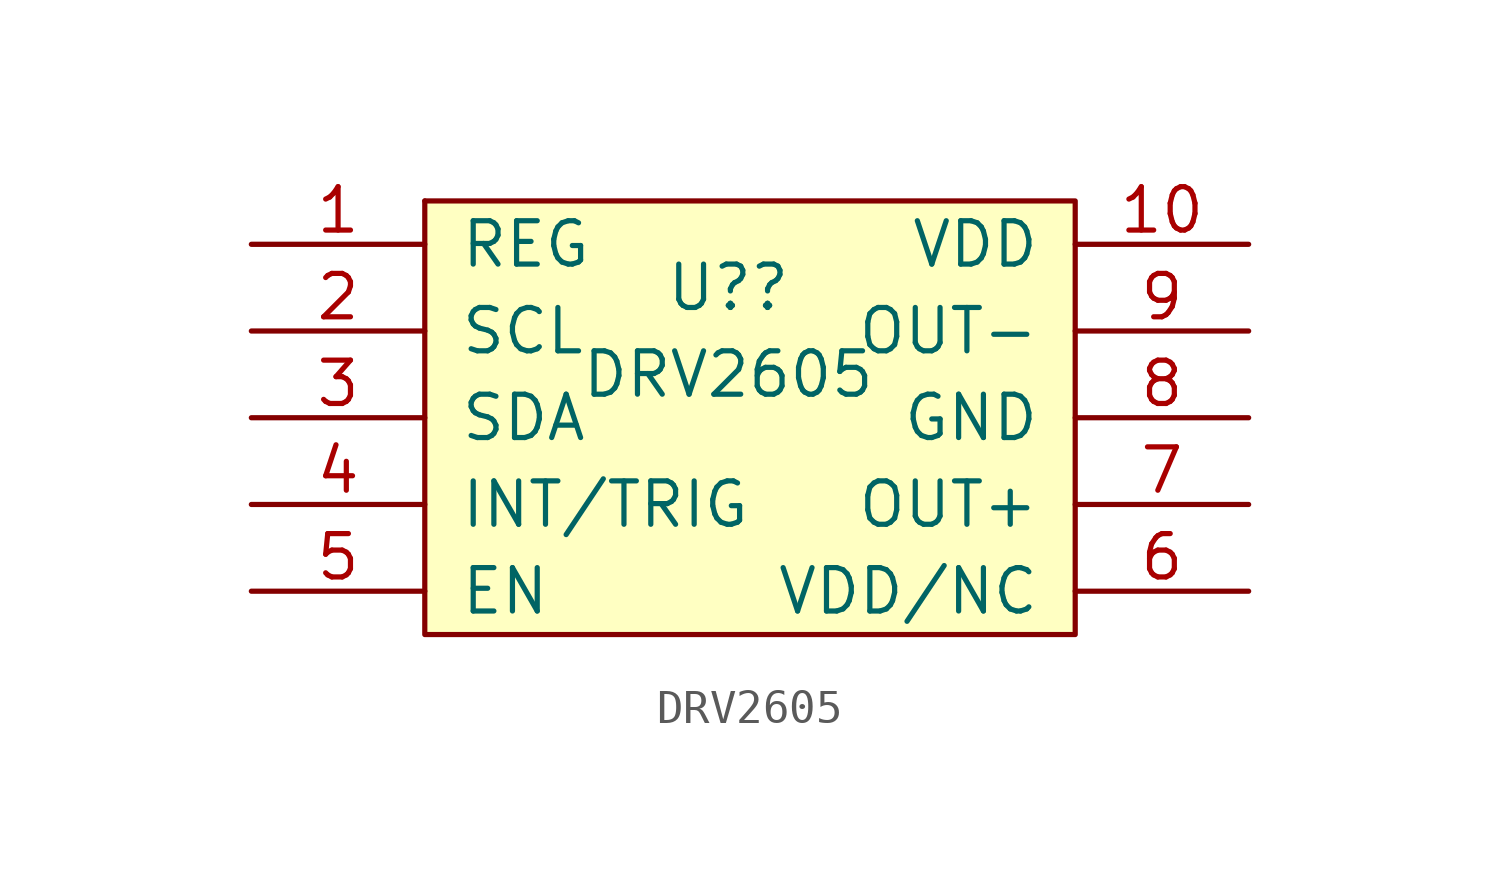
<source format=kicad_sym>
(kicad_symbol_lib
  (version 20231120)
  (generator "kicad_symbol_editor")
  (generator_version "8.0")
  (symbol "DRV2605"
    (pin_names
      (offset 1.016))
    (property "Reference" "U?"
      (at 8.89 -3.81 0)
      (effects (font (size 1.27 1.27))))
    (property "Value" "DRV2605"
      (at 8.89 -6.35 0)
      (effects (font (size 1.27 1.27))))
    (symbol "DRV2605_0_1"
      (rectangle (start 0 -1.27) (end 0 -1.27) (stroke (width 0) (type solid)) (fill (type none)))
      (rectangle (start 0 -1.27) (end 19.05 -13.97) (stroke (width 0) (type solid)) (fill (type background))))
    (symbol "DRV2605_1_1"
      (pin output line (at -5.08 -2.54 0) (length 5.08) (name "REG" (effects (font (size 1.27 1.27)))) (number "1" (effects (font (size 1.27 1.27)))))
      (pin power_in line (at 24.13 -2.54 180) (length 5.08) (name "VDD" (effects (font (size 1.27 1.27)))) (number "10" (effects (font (size 1.27 1.27)))))
      (pin bidirectional line (at -5.08 -5.08 0) (length 5.08) (name "SCL" (effects (font (size 1.27 1.27)))) (number "2" (effects (font (size 1.27 1.27)))))
      (pin bidirectional line (at -5.08 -7.62 0) (length 5.08) (name "SDA" (effects (font (size 1.27 1.27)))) (number "3" (effects (font (size 1.27 1.27)))))
      (pin input line (at -5.08 -10.16 0) (length 5.08) (name "INT/TRIG" (effects (font (size 1.27 1.27)))) (number "4" (effects (font (size 1.27 1.27)))))
      (pin input line (at -5.08 -12.7 0) (length 5.08) (name "EN" (effects (font (size 1.27 1.27)))) (number "5" (effects (font (size 1.27 1.27)))))
      (pin passive line (at 24.13 -12.7 180) (length 5.08) (name "VDD/NC" (effects (font (size 1.27 1.27)))) (number "6" (effects (font (size 1.27 1.27)))))
      (pin output line (at 24.13 -10.16 180) (length 5.08) (name "OUT+" (effects (font (size 1.27 1.27)))) (number "7" (effects (font (size 1.27 1.27)))))
      (pin power_out line (at 24.13 -7.62 180) (length 5.08) (name "GND" (effects (font (size 1.27 1.27)))) (number "8" (effects (font (size 1.27 1.27)))))
      (pin output line (at 24.13 -5.08 180) (length 5.08) (name "OUT-" (effects (font (size 1.27 1.27)))) (number "9" (effects (font (size 1.27 1.27))))))))
</source>
